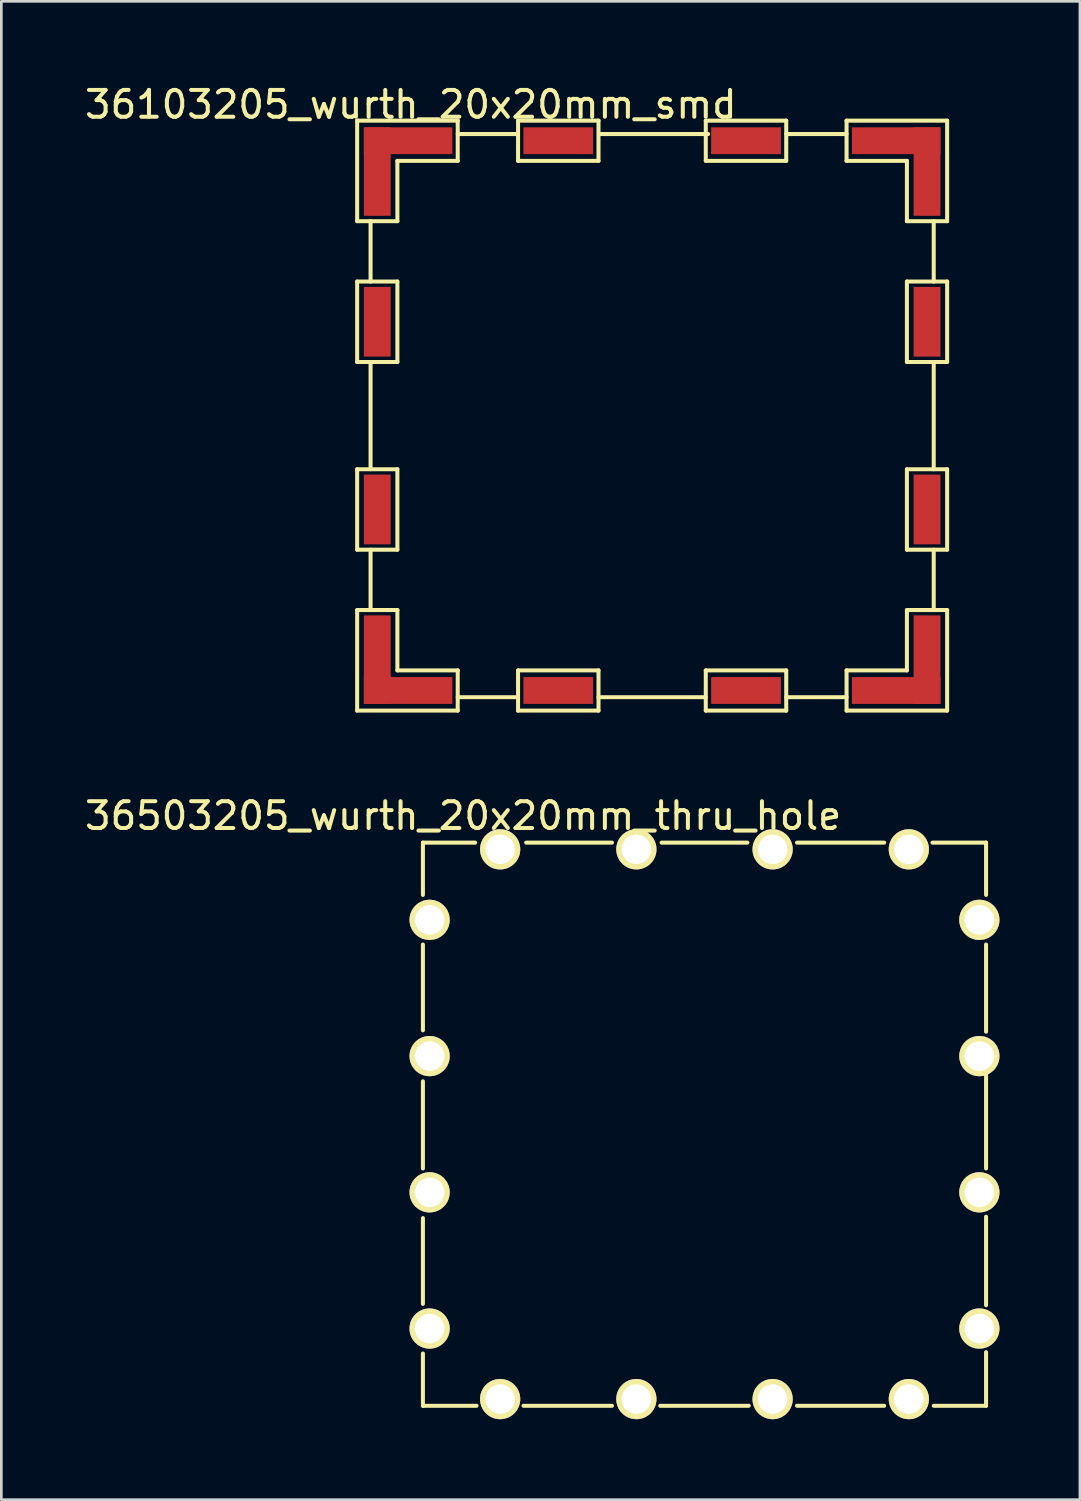
<source format=kicad_pcb>
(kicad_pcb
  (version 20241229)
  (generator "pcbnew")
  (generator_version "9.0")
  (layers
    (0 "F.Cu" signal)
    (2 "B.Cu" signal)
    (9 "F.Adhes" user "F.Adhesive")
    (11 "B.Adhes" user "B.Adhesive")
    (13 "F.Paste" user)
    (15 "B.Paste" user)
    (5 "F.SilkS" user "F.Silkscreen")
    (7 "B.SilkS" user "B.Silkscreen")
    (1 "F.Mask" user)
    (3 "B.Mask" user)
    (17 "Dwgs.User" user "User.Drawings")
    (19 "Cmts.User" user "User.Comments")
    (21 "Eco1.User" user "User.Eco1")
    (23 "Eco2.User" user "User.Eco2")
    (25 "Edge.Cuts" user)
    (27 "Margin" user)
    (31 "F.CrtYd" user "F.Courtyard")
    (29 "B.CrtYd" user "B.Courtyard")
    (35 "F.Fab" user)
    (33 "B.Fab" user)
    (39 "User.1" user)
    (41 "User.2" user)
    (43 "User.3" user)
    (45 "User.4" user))
  (footprint "36503205_wurth_20x20mm_thru_hole"
    (layer "F.Cu")
    (at 23.22 38.871)
    (property "Reference" "36503205_wurth_20x20mm_thru_hole" (at -9 -11.5 0) (layer "F.SilkS") (effects (font (size 1 1) (thickness 0.15))))
    (attr through_hole)
    (fp_line (start -10.5 -10.5) (end -8.55 -10.5) (stroke (width 0.15) (type solid)) (layer "F.SilkS"))
    (fp_line (start -10.5 -8.55) (end -10.5 -10.5) (stroke (width 0.15) (type solid)) (layer "F.SilkS"))
    (fp_line (start -10.5 -6.7) (end -10.5 -3.5) (stroke (width 0.15) (type solid)) (layer "F.SilkS"))
    (fp_line (start -10.5 -1.6) (end -10.5 1.65) (stroke (width 0.15) (type solid)) (layer "F.SilkS"))
    (fp_line (start -10.5 3.5) (end -10.5 6.7) (stroke (width 0.15) (type solid)) (layer "F.SilkS"))
    (fp_line (start -10.5 10.5) (end -10.5 8.55) (stroke (width 0.15) (type solid)) (layer "F.SilkS"))
    (fp_line (start -10.5 10.5) (end -8.5 10.5) (stroke (width 0.15) (type solid)) (layer "F.SilkS"))
    (fp_line (start -6.75 10.5) (end -3.45 10.5) (stroke (width 0.15) (type solid)) (layer "F.SilkS"))
    (fp_line (start -6.65 -10.5) (end -3.45 -10.5) (stroke (width 0.15) (type solid)) (layer "F.SilkS"))
    (fp_line (start -1.65 10.5) (end 1.65 10.5) (stroke (width 0.15) (type solid)) (layer "F.SilkS"))
    (fp_line (start -1.6 -10.5) (end 1.6 -10.5) (stroke (width 0.15) (type solid)) (layer "F.SilkS"))
    (fp_line (start 3.45 -10.5) (end 6.7 -10.5) (stroke (width 0.15) (type solid)) (layer "F.SilkS"))
    (fp_line (start 3.45 10.5) (end 6.7 10.5) (stroke (width 0.15) (type solid)) (layer "F.SilkS"))
    (fp_line (start 8.5 -10.5) (end 10.5 -10.5) (stroke (width 0.15) (type solid)) (layer "F.SilkS"))
    (fp_line (start 8.55 10.5) (end 10.5 10.5) (stroke (width 0.15) (type solid)) (layer "F.SilkS"))
    (fp_line (start 10.5 -10.5) (end 10.5 -8.55) (stroke (width 0.15) (type solid)) (layer "F.SilkS"))
    (fp_line (start 10.5 -6.7) (end 10.5 -3.45) (stroke (width 0.15) (type solid)) (layer "F.SilkS"))
    (fp_line (start 10.5 -2) (end 10.5 1.65) (stroke (width 0.15) (type solid)) (layer "F.SilkS"))
    (fp_line (start 10.5 3.45) (end 10.5 6.75) (stroke (width 0.15) (type solid)) (layer "F.SilkS"))
    (fp_line (start 10.5 8.5) (end 10.5 10.5) (stroke (width 0.15) (type solid)) (layer "F.SilkS"))
    (pad "1" thru_hole circle (at -10.25 -7.62) (size 1.5 1.5) (drill 1.1) (layers "*.Cu" "*.Mask" "F.SilkS"))
    (pad "1" thru_hole circle (at -10.25 -2.54) (size 1.5 1.5) (drill 1.1) (layers "*.Cu" "*.Mask" "F.SilkS"))
    (pad "1" thru_hole circle (at -10.25 2.54) (size 1.5 1.5) (drill 1.1) (layers "*.Cu" "*.Mask" "F.SilkS"))
    (pad "1" thru_hole circle (at -10.25 7.62) (size 1.5 1.5) (drill 1.1) (layers "*.Cu" "*.Mask" "F.SilkS"))
    (pad "1" thru_hole circle (at -7.62 -10.25) (size 1.5 1.5) (drill 1.1) (layers "*.Cu" "*.Mask" "F.SilkS"))
    (pad "1" thru_hole circle (at -7.62 10.25) (size 1.5 1.5) (drill 1.1) (layers "*.Cu" "*.Mask" "F.SilkS"))
    (pad "1" thru_hole circle (at -2.54 -10.25) (size 1.5 1.5) (drill 1.1) (layers "*.Cu" "*.Mask" "F.SilkS"))
    (pad "1" thru_hole circle (at -2.54 10.25) (size 1.5 1.5) (drill 1.1) (layers "*.Cu" "*.Mask" "F.SilkS"))
    (pad "1" thru_hole circle (at 2.54 -10.25) (size 1.5 1.5) (drill 1.1) (layers "*.Cu" "*.Mask" "F.SilkS"))
    (pad "1" thru_hole circle (at 2.54 10.25) (size 1.5 1.5) (drill 1.1) (layers "*.Cu" "*.Mask" "F.SilkS"))
    (pad "1" thru_hole circle (at 7.62 -10.25) (size 1.5 1.5) (drill 1.1) (layers "*.Cu" "*.Mask" "F.SilkS"))
    (pad "1" thru_hole circle (at 7.62 10.25) (size 1.5 1.5) (drill 1.1) (layers "*.Cu" "*.Mask" "F.SilkS"))
    (pad "1" thru_hole circle (at 10.25 -7.62) (size 1.5 1.5) (drill 1.1) (layers "*.Cu" "*.Mask" "F.SilkS"))
    (pad "1" thru_hole circle (at 10.25 -2.54) (size 1.5 1.5) (drill 1.1) (layers "*.Cu" "*.Mask" "F.SilkS"))
    (pad "1" thru_hole circle (at 10.25 2.54) (size 1.5 1.5) (drill 1.1) (layers "*.Cu" "*.Mask" "F.SilkS"))
    (pad "1" thru_hole circle (at 10.25 7.62) (size 1.5 1.5) (drill 1.1) (layers "*.Cu" "*.Mask" "F.SilkS")))
  (footprint "36103205_wurth_20x20mm_smd"
    (layer "F.Cu")
    (at 21.268 12.448)
    (property "Reference" "36103205_wurth_20x20mm_smd" (at -9 -11.6 0) (layer "F.SilkS") (effects (font (size 1 1) (thickness 0.15))))
    (attr through_hole)
    (fp_line (start -11 -11) (end -11 -7.25) (stroke (width 0.15) (type solid)) (layer "F.SilkS"))
    (fp_line (start -11 -7.25) (end -9.5 -7.25) (stroke (width 0.15) (type solid)) (layer "F.SilkS"))
    (fp_line (start -11 -5) (end -9.5 -5) (stroke (width 0.15) (type solid)) (layer "F.SilkS"))
    (fp_line (start -11 -2) (end -11 -5) (stroke (width 0.15) (type solid)) (layer "F.SilkS"))
    (fp_line (start -11 2) (end -9.5 2) (stroke (width 0.15) (type solid)) (layer "F.SilkS"))
    (fp_line (start -11 5) (end -11 2) (stroke (width 0.15) (type solid)) (layer "F.SilkS"))
    (fp_line (start -11 7.25) (end -9.5 7.25) (stroke (width 0.15) (type solid)) (layer "F.SilkS"))
    (fp_line (start -11 11) (end -11 7.25) (stroke (width 0.15) (type solid)) (layer "F.SilkS"))
    (fp_line (start -10.5 -7.25) (end -10.5 -5) (stroke (width 0.15) (type solid)) (layer "F.SilkS"))
    (fp_line (start -10.5 -2) (end -10.5 2) (stroke (width 0.15) (type solid)) (layer "F.SilkS"))
    (fp_line (start -10.5 5) (end -10.5 7.25) (stroke (width 0.15) (type solid)) (layer "F.SilkS"))
    (fp_line (start -9.5 -9.5) (end -7.25 -9.5) (stroke (width 0.15) (type solid)) (layer "F.SilkS"))
    (fp_line (start -9.5 -7.25) (end -9.5 -9.5) (stroke (width 0.15) (type solid)) (layer "F.SilkS"))
    (fp_line (start -9.5 -5) (end -9.5 -2) (stroke (width 0.15) (type solid)) (layer "F.SilkS"))
    (fp_line (start -9.5 -2) (end -11 -2) (stroke (width 0.15) (type solid)) (layer "F.SilkS"))
    (fp_line (start -9.5 2) (end -9.5 5) (stroke (width 0.15) (type solid)) (layer "F.SilkS"))
    (fp_line (start -9.5 5) (end -11 5) (stroke (width 0.15) (type solid)) (layer "F.SilkS"))
    (fp_line (start -9.5 7.25) (end -9.5 9.5) (stroke (width 0.15) (type solid)) (layer "F.SilkS"))
    (fp_line (start -9.5 9.5) (end -7.25 9.5) (stroke (width 0.15) (type solid)) (layer "F.SilkS"))
    (fp_line (start -7.25 -11) (end -11 -11) (stroke (width 0.15) (type solid)) (layer "F.SilkS"))
    (fp_line (start -7.25 -10.5) (end -5 -10.5) (stroke (width 0.15) (type solid)) (layer "F.SilkS"))
    (fp_line (start -7.25 -9.5) (end -7.25 -11) (stroke (width 0.15) (type solid)) (layer "F.SilkS"))
    (fp_line (start -7.25 9.5) (end -7.25 11) (stroke (width 0.15) (type solid)) (layer "F.SilkS"))
    (fp_line (start -7.25 10.5) (end -5 10.5) (stroke (width 0.15) (type solid)) (layer "F.SilkS"))
    (fp_line (start -7.25 11) (end -11 11) (stroke (width 0.15) (type solid)) (layer "F.SilkS"))
    (fp_line (start -5 -11) (end -2 -11) (stroke (width 0.15) (type solid)) (layer "F.SilkS"))
    (fp_line (start -5 -9.5) (end -5 -11) (stroke (width 0.15) (type solid)) (layer "F.SilkS"))
    (fp_line (start -5 9.5) (end -2 9.5) (stroke (width 0.15) (type solid)) (layer "F.SilkS"))
    (fp_line (start -5 11) (end -5 9.5) (stroke (width 0.15) (type solid)) (layer "F.SilkS"))
    (fp_line (start -2 -11) (end -2 -9.5) (stroke (width 0.15) (type solid)) (layer "F.SilkS"))
    (fp_line (start -2 -9.5) (end -5 -9.5) (stroke (width 0.15) (type solid)) (layer "F.SilkS"))
    (fp_line (start -2 9.5) (end -2 11) (stroke (width 0.15) (type solid)) (layer "F.SilkS"))
    (fp_line (start -2 10.5) (end 2 10.5) (stroke (width 0.15) (type solid)) (layer "F.SilkS"))
    (fp_line (start -2 11) (end -5 11) (stroke (width 0.15) (type solid)) (layer "F.SilkS"))
    (fp_line (start -1.911 -10.5) (end 2.089 -10.5) (stroke (width 0.15) (type solid)) (layer "F.SilkS"))
    (fp_line (start 2 -11) (end 5 -11) (stroke (width 0.15) (type solid)) (layer "F.SilkS"))
    (fp_line (start 2 -9.5) (end 2 -11) (stroke (width 0.15) (type solid)) (layer "F.SilkS"))
    (fp_line (start 2 9.5) (end 5 9.5) (stroke (width 0.15) (type solid)) (layer "F.SilkS"))
    (fp_line (start 2 11) (end 2 9.5) (stroke (width 0.15) (type solid)) (layer "F.SilkS"))
    (fp_line (start 5 -11) (end 5 -9.5) (stroke (width 0.15) (type solid)) (layer "F.SilkS"))
    (fp_line (start 5 -10.5) (end 7.25 -10.5) (stroke (width 0.15) (type solid)) (layer "F.SilkS"))
    (fp_line (start 5 -9.5) (end 2 -9.5) (stroke (width 0.15) (type solid)) (layer "F.SilkS"))
    (fp_line (start 5 9.5) (end 5 11) (stroke (width 0.15) (type solid)) (layer "F.SilkS"))
    (fp_line (start 5 10.5) (end 7.25 10.5) (stroke (width 0.15) (type solid)) (layer "F.SilkS"))
    (fp_line (start 5 11) (end 2 11) (stroke (width 0.15) (type solid)) (layer "F.SilkS"))
    (fp_line (start 7.25 -11) (end 11 -11) (stroke (width 0.15) (type solid)) (layer "F.SilkS"))
    (fp_line (start 7.25 -9.5) (end 7.25 -11) (stroke (width 0.15) (type solid)) (layer "F.SilkS"))
    (fp_line (start 7.25 9.5) (end 9.5 9.5) (stroke (width 0.15) (type solid)) (layer "F.SilkS"))
    (fp_line (start 7.25 11) (end 7.25 9.5) (stroke (width 0.15) (type solid)) (layer "F.SilkS"))
    (fp_line (start 9.5 -9.5) (end 7.25 -9.5) (stroke (width 0.15) (type solid)) (layer "F.SilkS"))
    (fp_line (start 9.5 -7.25) (end 9.5 -9.5) (stroke (width 0.15) (type solid)) (layer "F.SilkS"))
    (fp_line (start 9.5 -5) (end 11 -5) (stroke (width 0.15) (type solid)) (layer "F.SilkS"))
    (fp_line (start 9.5 -2) (end 9.5 -5) (stroke (width 0.15) (type solid)) (layer "F.SilkS"))
    (fp_line (start 9.5 2) (end 11 2) (stroke (width 0.15) (type solid)) (layer "F.SilkS"))
    (fp_line (start 9.5 5) (end 9.5 2) (stroke (width 0.15) (type solid)) (layer "F.SilkS"))
    (fp_line (start 9.5 7.25) (end 11 7.25) (stroke (width 0.15) (type solid)) (layer "F.SilkS"))
    (fp_line (start 9.5 9.5) (end 9.5 7.25) (stroke (width 0.15) (type solid)) (layer "F.SilkS"))
    (fp_line (start 10.5 -7.25) (end 10.5 -5) (stroke (width 0.15) (type solid)) (layer "F.SilkS"))
    (fp_line (start 10.5 -2) (end 10.5 2) (stroke (width 0.15) (type solid)) (layer "F.SilkS"))
    (fp_line (start 10.5 5) (end 10.5 7.25) (stroke (width 0.15) (type solid)) (layer "F.SilkS"))
    (fp_line (start 11 -11) (end 11 -7.25) (stroke (width 0.15) (type solid)) (layer "F.SilkS"))
    (fp_line (start 11 -7.25) (end 9.5 -7.25) (stroke (width 0.15) (type solid)) (layer "F.SilkS"))
    (fp_line (start 11 -5) (end 11 -2) (stroke (width 0.15) (type solid)) (layer "F.SilkS"))
    (fp_line (start 11 -2) (end 9.5 -2) (stroke (width 0.15) (type solid)) (layer "F.SilkS"))
    (fp_line (start 11 2) (end 11 5) (stroke (width 0.15) (type solid)) (layer "F.SilkS"))
    (fp_line (start 11 5) (end 9.5 5) (stroke (width 0.15) (type solid)) (layer "F.SilkS"))
    (fp_line (start 11 7.25) (end 11 11) (stroke (width 0.15) (type solid)) (layer "F.SilkS"))
    (fp_line (start 11 11) (end 7.25 11) (stroke (width 0.15) (type solid)) (layer "F.SilkS"))
    (pad "1" smd rect (at -10.25 -9.1) (size 1 3.3) (layers "F.Cu" "F.Mask" "F.Paste"))
    (pad "1" smd rect (at -10.25 -3.5) (size 1 2.6) (layers "F.Cu" "F.Mask" "F.Paste"))
    (pad "1" smd rect (at -10.25 3.5) (size 1 2.6) (layers "F.Cu" "F.Mask" "F.Paste"))
    (pad "1" smd rect (at -10.25 9.1) (size 1 3.3) (layers "F.Cu" "F.Mask" "F.Paste"))
    (pad "1" smd rect (at -9.1 -10.25 90) (size 1 3.3) (layers "F.Cu" "F.Mask" "F.Paste"))
    (pad "1" smd rect (at -9.1 10.25 90) (size 1 3.3) (layers "F.Cu" "F.Mask" "F.Paste"))
    (pad "1" smd rect (at -3.5 -10.25 90) (size 1 2.6) (layers "F.Cu" "F.Mask" "F.Paste"))
    (pad "1" smd rect (at -3.5 10.25 90) (size 1 2.6) (layers "F.Cu" "F.Mask" "F.Paste"))
    (pad "1" smd rect (at 3.5 -10.25 90) (size 1 2.6) (layers "F.Cu" "F.Mask" "F.Paste"))
    (pad "1" smd rect (at 3.5 10.25 90) (size 1 2.6) (layers "F.Cu" "F.Mask" "F.Paste"))
    (pad "1" smd rect (at 9.1 -10.25 90) (size 1 3.3) (layers "F.Cu" "F.Mask" "F.Paste"))
    (pad "1" smd rect (at 9.1 10.25 90) (size 1 3.3) (layers "F.Cu" "F.Mask" "F.Paste"))
    (pad "1" smd rect (at 10.25 -9.1) (size 1 3.3) (layers "F.Cu" "F.Mask" "F.Paste"))
    (pad "1" smd rect (at 10.25 -3.5) (size 1 2.6) (layers "F.Cu" "F.Mask" "F.Paste"))
    (pad "1" smd rect (at 10.25 3.5) (size 1 2.6) (layers "F.Cu" "F.Mask" "F.Paste"))
    (pad "1" smd rect (at 10.25 9.1) (size 1 3.3) (layers "F.Cu" "F.Mask" "F.Paste")))
  (gr_rect
    (start -3 -3)
    (end 37.22 52.871)
    (stroke (width 0.1) (type default))
    (fill no)
    (layer "Edge.Cuts")))
</source>
